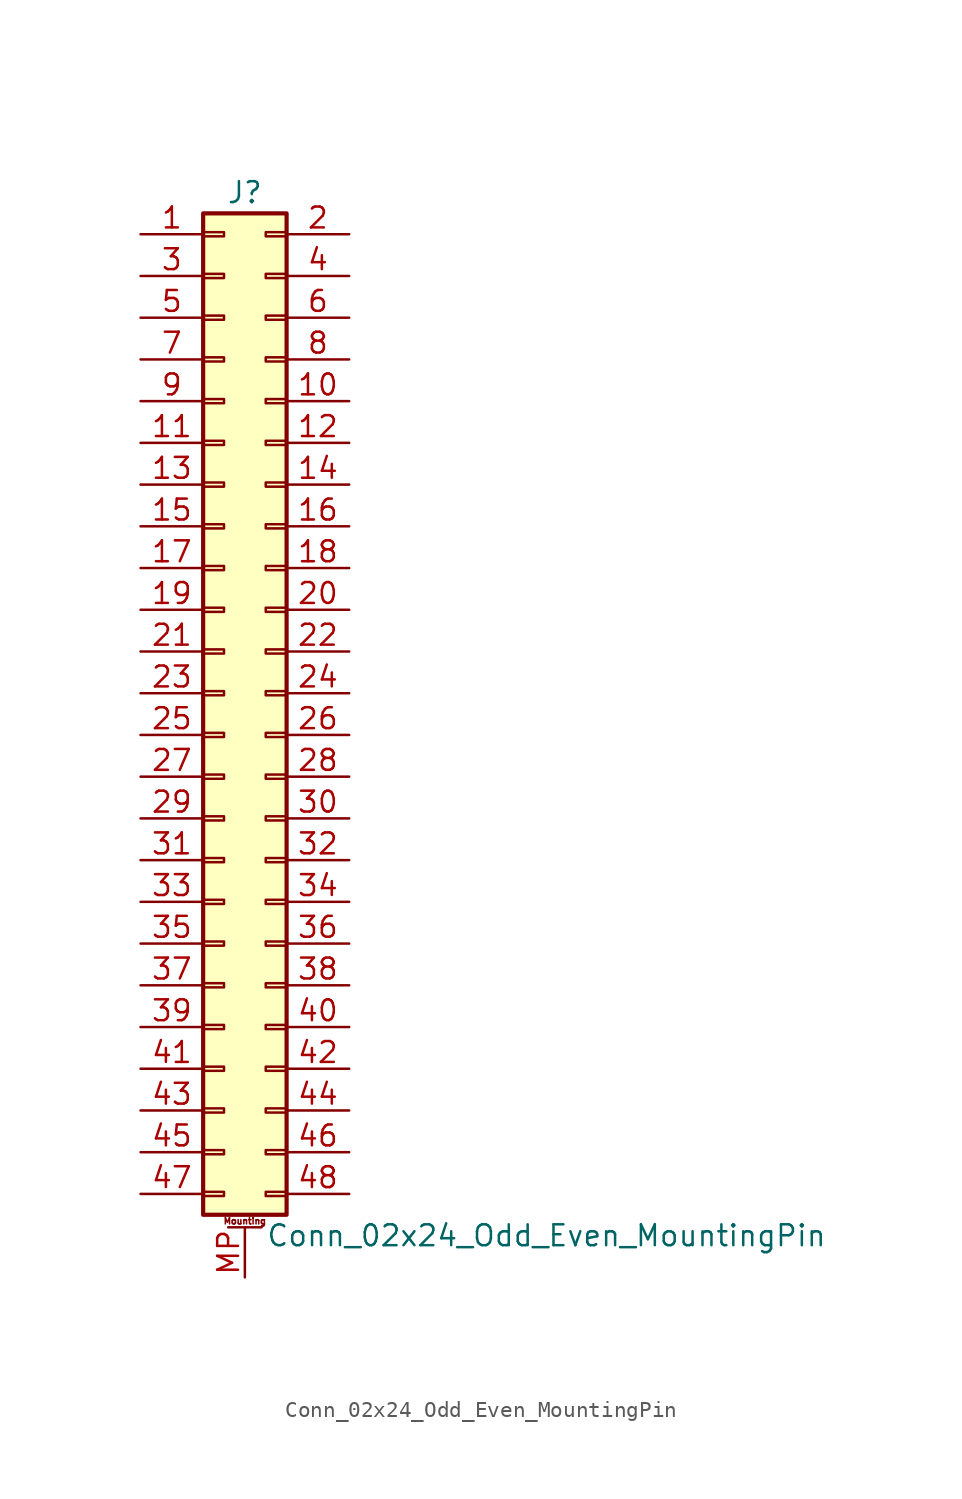
<source format=kicad_sym>
(kicad_symbol_lib
  (version 20220914)
  (generator kicad_symbol_editor)
  (symbol "Conn_02x24_Odd_Even_MountingPin"
    (pin_names
      (offset 1.016) hide)
    (property "Reference" "J"
      (at 1.27 30.48 0)
      (effects (font (size 1.27 1.27))))
    (property "Value" "Conn_02x24_Odd_Even_MountingPin"
      (at 2.54 -33.02 0)
      (effects (font (size 1.27 1.27)) (justify left)))
    (symbol "Conn_02x24_Odd_Even_MountingPin_1_1"
      (rectangle (start -1.27 -30.353) (end 0 -30.607) (stroke (width 0.152) (type default)) (fill (type none)))
      (rectangle (start -1.27 -27.813) (end 0 -28.067) (stroke (width 0.152) (type default)) (fill (type none)))
      (rectangle (start -1.27 -25.273) (end 0 -25.527) (stroke (width 0.152) (type default)) (fill (type none)))
      (rectangle (start -1.27 -22.733) (end 0 -22.987) (stroke (width 0.152) (type default)) (fill (type none)))
      (rectangle (start -1.27 -20.193) (end 0 -20.447) (stroke (width 0.152) (type default)) (fill (type none)))
      (rectangle (start -1.27 -17.653) (end 0 -17.907) (stroke (width 0.152) (type default)) (fill (type none)))
      (rectangle (start -1.27 -15.113) (end 0 -15.367) (stroke (width 0.152) (type default)) (fill (type none)))
      (rectangle (start -1.27 -12.573) (end 0 -12.827) (stroke (width 0.152) (type default)) (fill (type none)))
      (rectangle (start -1.27 -10.033) (end 0 -10.287) (stroke (width 0.152) (type default)) (fill (type none)))
      (rectangle (start -1.27 -7.493) (end 0 -7.747) (stroke (width 0.152) (type default)) (fill (type none)))
      (rectangle (start -1.27 -4.953) (end 0 -5.207) (stroke (width 0.152) (type default)) (fill (type none)))
      (rectangle (start -1.27 -2.413) (end 0 -2.667) (stroke (width 0.152) (type default)) (fill (type none)))
      (rectangle (start -1.27 0.127) (end 0 -0.127) (stroke (width 0.152) (type default)) (fill (type none)))
      (rectangle (start -1.27 2.667) (end 0 2.413) (stroke (width 0.152) (type default)) (fill (type none)))
      (rectangle (start -1.27 5.207) (end 0 4.953) (stroke (width 0.152) (type default)) (fill (type none)))
      (rectangle (start -1.27 7.747) (end 0 7.493) (stroke (width 0.152) (type default)) (fill (type none)))
      (rectangle (start -1.27 10.287) (end 0 10.033) (stroke (width 0.152) (type default)) (fill (type none)))
      (rectangle (start -1.27 12.827) (end 0 12.573) (stroke (width 0.152) (type default)) (fill (type none)))
      (rectangle (start -1.27 15.367) (end 0 15.113) (stroke (width 0.152) (type default)) (fill (type none)))
      (rectangle (start -1.27 17.907) (end 0 17.653) (stroke (width 0.152) (type default)) (fill (type none)))
      (rectangle (start -1.27 20.447) (end 0 20.193) (stroke (width 0.152) (type default)) (fill (type none)))
      (rectangle (start -1.27 22.987) (end 0 22.733) (stroke (width 0.152) (type default)) (fill (type none)))
      (rectangle (start -1.27 25.527) (end 0 25.273) (stroke (width 0.152) (type default)) (fill (type none)))
      (rectangle (start -1.27 28.067) (end 0 27.813) (stroke (width 0.152) (type default)) (fill (type none)))
      (rectangle (start -1.27 29.21) (end 3.81 -31.75) (stroke (width 0.254) (type default)) (fill (type background)))
      (polyline (pts (xy 0.254 -32.512) (xy 2.286 -32.512)) (stroke (width 0.152) (type default)) (fill (type none)))
      (rectangle (start 3.81 -30.353) (end 2.54 -30.607) (stroke (width 0.152) (type default)) (fill (type none)))
      (rectangle (start 3.81 -27.813) (end 2.54 -28.067) (stroke (width 0.152) (type default)) (fill (type none)))
      (rectangle (start 3.81 -25.273) (end 2.54 -25.527) (stroke (width 0.152) (type default)) (fill (type none)))
      (rectangle (start 3.81 -22.733) (end 2.54 -22.987) (stroke (width 0.152) (type default)) (fill (type none)))
      (rectangle (start 3.81 -20.193) (end 2.54 -20.447) (stroke (width 0.152) (type default)) (fill (type none)))
      (rectangle (start 3.81 -17.653) (end 2.54 -17.907) (stroke (width 0.152) (type default)) (fill (type none)))
      (rectangle (start 3.81 -15.113) (end 2.54 -15.367) (stroke (width 0.152) (type default)) (fill (type none)))
      (rectangle (start 3.81 -12.573) (end 2.54 -12.827) (stroke (width 0.152) (type default)) (fill (type none)))
      (rectangle (start 3.81 -10.033) (end 2.54 -10.287) (stroke (width 0.152) (type default)) (fill (type none)))
      (rectangle (start 3.81 -7.493) (end 2.54 -7.747) (stroke (width 0.152) (type default)) (fill (type none)))
      (rectangle (start 3.81 -4.953) (end 2.54 -5.207) (stroke (width 0.152) (type default)) (fill (type none)))
      (rectangle (start 3.81 -2.413) (end 2.54 -2.667) (stroke (width 0.152) (type default)) (fill (type none)))
      (rectangle (start 3.81 0.127) (end 2.54 -0.127) (stroke (width 0.152) (type default)) (fill (type none)))
      (rectangle (start 3.81 2.667) (end 2.54 2.413) (stroke (width 0.152) (type default)) (fill (type none)))
      (rectangle (start 3.81 5.207) (end 2.54 4.953) (stroke (width 0.152) (type default)) (fill (type none)))
      (rectangle (start 3.81 7.747) (end 2.54 7.493) (stroke (width 0.152) (type default)) (fill (type none)))
      (rectangle (start 3.81 10.287) (end 2.54 10.033) (stroke (width 0.152) (type default)) (fill (type none)))
      (rectangle (start 3.81 12.827) (end 2.54 12.573) (stroke (width 0.152) (type default)) (fill (type none)))
      (rectangle (start 3.81 15.367) (end 2.54 15.113) (stroke (width 0.152) (type default)) (fill (type none)))
      (rectangle (start 3.81 17.907) (end 2.54 17.653) (stroke (width 0.152) (type default)) (fill (type none)))
      (rectangle (start 3.81 20.447) (end 2.54 20.193) (stroke (width 0.152) (type default)) (fill (type none)))
      (rectangle (start 3.81 22.987) (end 2.54 22.733) (stroke (width 0.152) (type default)) (fill (type none)))
      (rectangle (start 3.81 25.527) (end 2.54 25.273) (stroke (width 0.152) (type default)) (fill (type none)))
      (rectangle (start 3.81 28.067) (end 2.54 27.813) (stroke (width 0.152) (type default)) (fill (type none)))
      (text "Mounting" (at 1.27 -32.131 0) (effects (font (size 0.381 0.381))))
      (pin passive line (at -5.08 27.94 0) (length 3.81) (name "Pin_1" (effects (font (size 1.27 1.27)))) (number "1" (effects (font (size 1.27 1.27)))))
      (pin passive line (at 7.62 17.78 180) (length 3.81) (name "Pin_10" (effects (font (size 1.27 1.27)))) (number "10" (effects (font (size 1.27 1.27)))))
      (pin passive line (at -5.08 15.24 0) (length 3.81) (name "Pin_11" (effects (font (size 1.27 1.27)))) (number "11" (effects (font (size 1.27 1.27)))))
      (pin passive line (at 7.62 15.24 180) (length 3.81) (name "Pin_12" (effects (font (size 1.27 1.27)))) (number "12" (effects (font (size 1.27 1.27)))))
      (pin passive line (at -5.08 12.7 0) (length 3.81) (name "Pin_13" (effects (font (size 1.27 1.27)))) (number "13" (effects (font (size 1.27 1.27)))))
      (pin passive line (at 7.62 12.7 180) (length 3.81) (name "Pin_14" (effects (font (size 1.27 1.27)))) (number "14" (effects (font (size 1.27 1.27)))))
      (pin passive line (at -5.08 10.16 0) (length 3.81) (name "Pin_15" (effects (font (size 1.27 1.27)))) (number "15" (effects (font (size 1.27 1.27)))))
      (pin passive line (at 7.62 10.16 180) (length 3.81) (name "Pin_16" (effects (font (size 1.27 1.27)))) (number "16" (effects (font (size 1.27 1.27)))))
      (pin passive line (at -5.08 7.62 0) (length 3.81) (name "Pin_17" (effects (font (size 1.27 1.27)))) (number "17" (effects (font (size 1.27 1.27)))))
      (pin passive line (at 7.62 7.62 180) (length 3.81) (name "Pin_18" (effects (font (size 1.27 1.27)))) (number "18" (effects (font (size 1.27 1.27)))))
      (pin passive line (at -5.08 5.08 0) (length 3.81) (name "Pin_19" (effects (font (size 1.27 1.27)))) (number "19" (effects (font (size 1.27 1.27)))))
      (pin passive line (at 7.62 27.94 180) (length 3.81) (name "Pin_2" (effects (font (size 1.27 1.27)))) (number "2" (effects (font (size 1.27 1.27)))))
      (pin passive line (at 7.62 5.08 180) (length 3.81) (name "Pin_20" (effects (font (size 1.27 1.27)))) (number "20" (effects (font (size 1.27 1.27)))))
      (pin passive line (at -5.08 2.54 0) (length 3.81) (name "Pin_21" (effects (font (size 1.27 1.27)))) (number "21" (effects (font (size 1.27 1.27)))))
      (pin passive line (at 7.62 2.54 180) (length 3.81) (name "Pin_22" (effects (font (size 1.27 1.27)))) (number "22" (effects (font (size 1.27 1.27)))))
      (pin passive line (at -5.08 0 0) (length 3.81) (name "Pin_23" (effects (font (size 1.27 1.27)))) (number "23" (effects (font (size 1.27 1.27)))))
      (pin passive line (at 7.62 0 180) (length 3.81) (name "Pin_24" (effects (font (size 1.27 1.27)))) (number "24" (effects (font (size 1.27 1.27)))))
      (pin passive line (at -5.08 -2.54 0) (length 3.81) (name "Pin_25" (effects (font (size 1.27 1.27)))) (number "25" (effects (font (size 1.27 1.27)))))
      (pin passive line (at 7.62 -2.54 180) (length 3.81) (name "Pin_26" (effects (font (size 1.27 1.27)))) (number "26" (effects (font (size 1.27 1.27)))))
      (pin passive line (at -5.08 -5.08 0) (length 3.81) (name "Pin_27" (effects (font (size 1.27 1.27)))) (number "27" (effects (font (size 1.27 1.27)))))
      (pin passive line (at 7.62 -5.08 180) (length 3.81) (name "Pin_28" (effects (font (size 1.27 1.27)))) (number "28" (effects (font (size 1.27 1.27)))))
      (pin passive line (at -5.08 -7.62 0) (length 3.81) (name "Pin_29" (effects (font (size 1.27 1.27)))) (number "29" (effects (font (size 1.27 1.27)))))
      (pin passive line (at -5.08 25.4 0) (length 3.81) (name "Pin_3" (effects (font (size 1.27 1.27)))) (number "3" (effects (font (size 1.27 1.27)))))
      (pin passive line (at 7.62 -7.62 180) (length 3.81) (name "Pin_30" (effects (font (size 1.27 1.27)))) (number "30" (effects (font (size 1.27 1.27)))))
      (pin passive line (at -5.08 -10.16 0) (length 3.81) (name "Pin_31" (effects (font (size 1.27 1.27)))) (number "31" (effects (font (size 1.27 1.27)))))
      (pin passive line (at 7.62 -10.16 180) (length 3.81) (name "Pin_32" (effects (font (size 1.27 1.27)))) (number "32" (effects (font (size 1.27 1.27)))))
      (pin passive line (at -5.08 -12.7 0) (length 3.81) (name "Pin_33" (effects (font (size 1.27 1.27)))) (number "33" (effects (font (size 1.27 1.27)))))
      (pin passive line (at 7.62 -12.7 180) (length 3.81) (name "Pin_34" (effects (font (size 1.27 1.27)))) (number "34" (effects (font (size 1.27 1.27)))))
      (pin passive line (at -5.08 -15.24 0) (length 3.81) (name "Pin_35" (effects (font (size 1.27 1.27)))) (number "35" (effects (font (size 1.27 1.27)))))
      (pin passive line (at 7.62 -15.24 180) (length 3.81) (name "Pin_36" (effects (font (size 1.27 1.27)))) (number "36" (effects (font (size 1.27 1.27)))))
      (pin passive line (at -5.08 -17.78 0) (length 3.81) (name "Pin_37" (effects (font (size 1.27 1.27)))) (number "37" (effects (font (size 1.27 1.27)))))
      (pin passive line (at 7.62 -17.78 180) (length 3.81) (name "Pin_38" (effects (font (size 1.27 1.27)))) (number "38" (effects (font (size 1.27 1.27)))))
      (pin passive line (at -5.08 -20.32 0) (length 3.81) (name "Pin_39" (effects (font (size 1.27 1.27)))) (number "39" (effects (font (size 1.27 1.27)))))
      (pin passive line (at 7.62 25.4 180) (length 3.81) (name "Pin_4" (effects (font (size 1.27 1.27)))) (number "4" (effects (font (size 1.27 1.27)))))
      (pin passive line (at 7.62 -20.32 180) (length 3.81) (name "Pin_40" (effects (font (size 1.27 1.27)))) (number "40" (effects (font (size 1.27 1.27)))))
      (pin passive line (at -5.08 -22.86 0) (length 3.81) (name "Pin_41" (effects (font (size 1.27 1.27)))) (number "41" (effects (font (size 1.27 1.27)))))
      (pin passive line (at 7.62 -22.86 180) (length 3.81) (name "Pin_42" (effects (font (size 1.27 1.27)))) (number "42" (effects (font (size 1.27 1.27)))))
      (pin passive line (at -5.08 -25.4 0) (length 3.81) (name "Pin_43" (effects (font (size 1.27 1.27)))) (number "43" (effects (font (size 1.27 1.27)))))
      (pin passive line (at 7.62 -25.4 180) (length 3.81) (name "Pin_44" (effects (font (size 1.27 1.27)))) (number "44" (effects (font (size 1.27 1.27)))))
      (pin passive line (at -5.08 -27.94 0) (length 3.81) (name "Pin_45" (effects (font (size 1.27 1.27)))) (number "45" (effects (font (size 1.27 1.27)))))
      (pin passive line (at 7.62 -27.94 180) (length 3.81) (name "Pin_46" (effects (font (size 1.27 1.27)))) (number "46" (effects (font (size 1.27 1.27)))))
      (pin passive line (at -5.08 -30.48 0) (length 3.81) (name "Pin_47" (effects (font (size 1.27 1.27)))) (number "47" (effects (font (size 1.27 1.27)))))
      (pin passive line (at 7.62 -30.48 180) (length 3.81) (name "Pin_48" (effects (font (size 1.27 1.27)))) (number "48" (effects (font (size 1.27 1.27)))))
      (pin passive line (at -5.08 22.86 0) (length 3.81) (name "Pin_5" (effects (font (size 1.27 1.27)))) (number "5" (effects (font (size 1.27 1.27)))))
      (pin passive line (at 7.62 22.86 180) (length 3.81) (name "Pin_6" (effects (font (size 1.27 1.27)))) (number "6" (effects (font (size 1.27 1.27)))))
      (pin passive line (at -5.08 20.32 0) (length 3.81) (name "Pin_7" (effects (font (size 1.27 1.27)))) (number "7" (effects (font (size 1.27 1.27)))))
      (pin passive line (at 7.62 20.32 180) (length 3.81) (name "Pin_8" (effects (font (size 1.27 1.27)))) (number "8" (effects (font (size 1.27 1.27)))))
      (pin passive line (at -5.08 17.78 0) (length 3.81) (name "Pin_9" (effects (font (size 1.27 1.27)))) (number "9" (effects (font (size 1.27 1.27)))))
      (pin passive line (at 1.27 -35.56 90) (length 3.048) (name "MountPin" (effects (font (size 1.27 1.27)))) (number "MP" (effects (font (size 1.27 1.27))))))))
</source>
